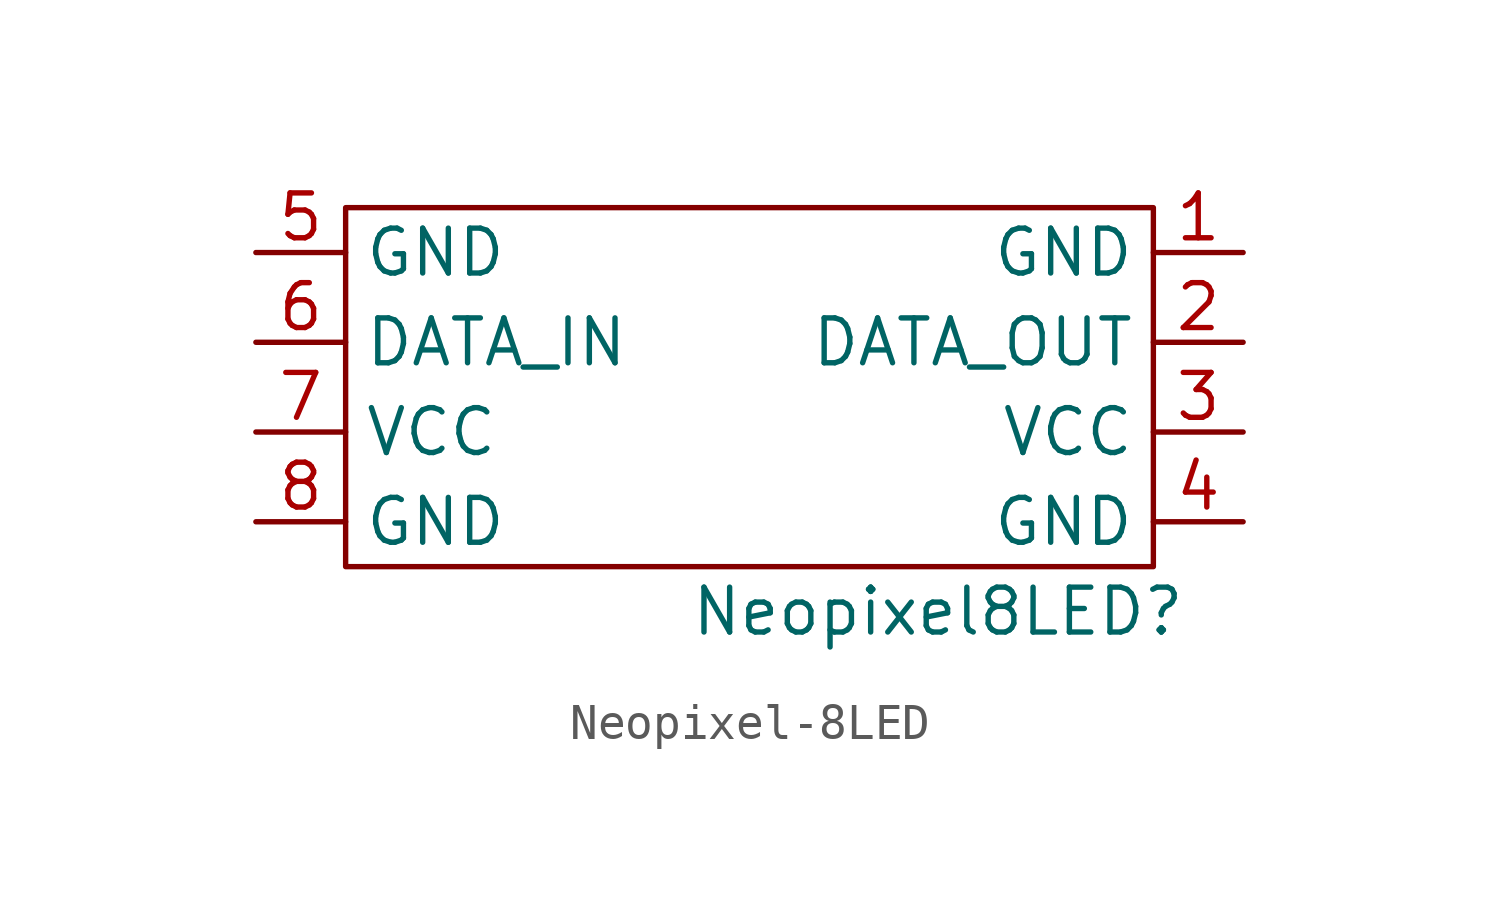
<source format=kicad_sym>
(kicad_symbol_lib
  (version 20231120)
  (generator "kicad_symbol_editor")
  (generator_version "8.0")
  (symbol "Neopixel-8LED"
    (property "Reference" "Neopixel8LED"
      (at 5.334 -6.35 0)
      (effects (font (size 1.27 1.27))))
    (property "Value" ""
      (at 6.35 0 0)
      (effects (font (size 1.27 1.27))))
    (symbol "Neopixel-8LED_1_1"
      (rectangle (start -11.43 5.08) (end 11.43 -5.08) (stroke (width 0) (type default)) (fill (type none)))
      (pin power_out line (at 13.97 3.81 180) (length 2.54) (name "GND" (effects (font (size 1.27 1.27)))) (number "1" (effects (font (size 1.27 1.27)))))
      (pin output line (at 13.97 1.27 180) (length 2.54) (name "DATA_OUT" (effects (font (size 1.27 1.27)))) (number "2" (effects (font (size 1.27 1.27)))))
      (pin power_out line (at 13.97 -1.27 180) (length 2.54) (name "VCC" (effects (font (size 1.27 1.27)))) (number "3" (effects (font (size 1.27 1.27)))))
      (pin power_out line (at 13.97 -3.81 180) (length 2.54) (name "GND" (effects (font (size 1.27 1.27)))) (number "4" (effects (font (size 1.27 1.27)))))
      (pin power_in line (at -13.97 3.81 0) (length 2.54) (name "GND" (effects (font (size 1.27 1.27)))) (number "5" (effects (font (size 1.27 1.27)))))
      (pin input line (at -13.97 1.27 0) (length 2.54) (name "DATA_IN" (effects (font (size 1.27 1.27)))) (number "6" (effects (font (size 1.27 1.27)))))
      (pin power_in line (at -13.97 -1.27 0) (length 2.54) (name "VCC" (effects (font (size 1.27 1.27)))) (number "7" (effects (font (size 1.27 1.27)))))
      (pin power_in line (at -13.97 -3.81 0) (length 2.54) (name "GND" (effects (font (size 1.27 1.27)))) (number "8" (effects (font (size 1.27 1.27))))))))
</source>
